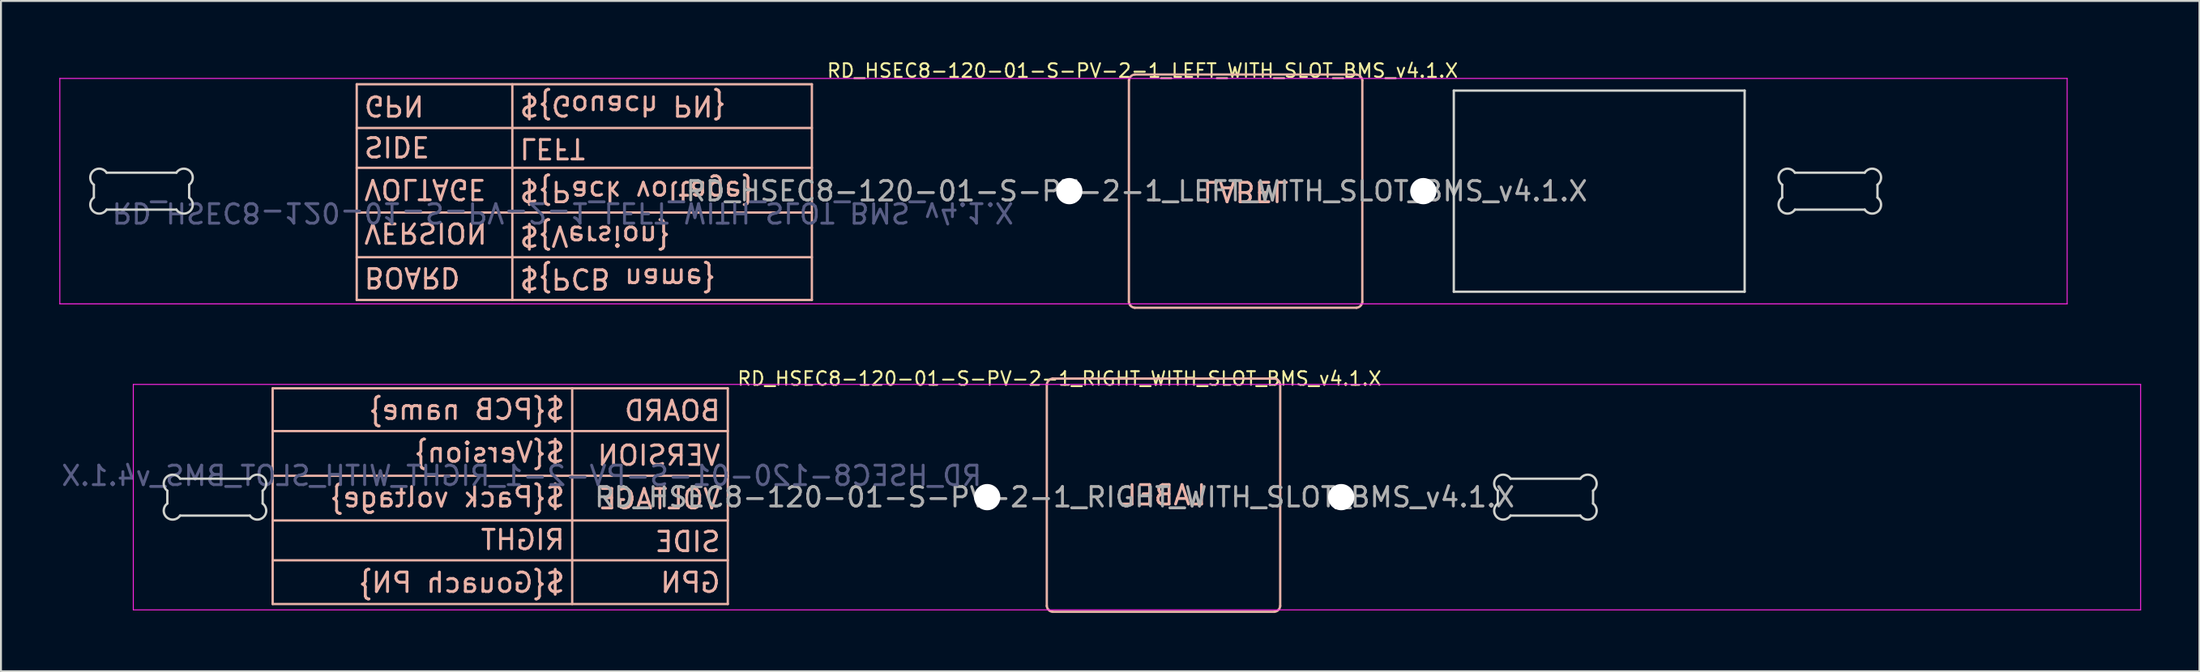
<source format=kicad_pcb>
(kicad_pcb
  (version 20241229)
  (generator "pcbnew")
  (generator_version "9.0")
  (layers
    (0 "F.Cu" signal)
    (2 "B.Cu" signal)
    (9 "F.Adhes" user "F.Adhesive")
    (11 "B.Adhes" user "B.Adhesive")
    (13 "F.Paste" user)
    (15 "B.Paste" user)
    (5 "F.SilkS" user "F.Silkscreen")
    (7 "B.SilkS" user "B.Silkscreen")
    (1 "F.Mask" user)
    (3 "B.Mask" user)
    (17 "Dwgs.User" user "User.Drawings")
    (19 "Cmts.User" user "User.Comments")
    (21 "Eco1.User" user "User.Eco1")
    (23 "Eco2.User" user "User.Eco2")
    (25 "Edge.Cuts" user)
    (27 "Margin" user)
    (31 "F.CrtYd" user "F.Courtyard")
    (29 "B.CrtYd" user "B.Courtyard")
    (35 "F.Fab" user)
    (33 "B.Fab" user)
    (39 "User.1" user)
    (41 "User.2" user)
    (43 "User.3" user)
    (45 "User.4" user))
  (footprint "RD_HSEC8-120-01-S-PV-2-1_LEFT_WITH_SLOT_BMS_v4.1.X"
    (layer "F.Cu")
    (at 55.39 6.785)
    (property "Reference" "RD_HSEC8-120-01-S-PV-2-1_LEFT_WITH_SLOT_BMS_v4.1.X" (at 0.3 -6.2 0) (layer "F.SilkS") (effects (font (size 0.7 0.7) (thickness 0.1))))
    (attr smd)
    (fp_line (start -40.1 -5.5) (end -40.1 5.6) (stroke (width 0.12) (type solid)) (layer "B.SilkS"))
    (fp_line (start -32.1 -5.5) (end -32.1 5.6) (stroke (width 0.12) (type solid)) (layer "B.SilkS"))
    (fp_line (start -16.7 -5.5) (end -40.1 -5.5) (stroke (width 0.12) (type solid)) (layer "B.SilkS"))
    (fp_line (start -16.7 -5.5) (end -16.7 5.6) (stroke (width 0.12) (type solid)) (layer "B.SilkS"))
    (fp_line (start -16.7 -3.25) (end -40.1 -3.25) (stroke (width 0.12) (type solid)) (layer "B.SilkS"))
    (fp_line (start -16.7 -1.2) (end -40.1 -1.2) (stroke (width 0.12) (type solid)) (layer "B.SilkS"))
    (fp_line (start -16.7 1.1) (end -40.1 1.1) (stroke (width 0.12) (type solid)) (layer "B.SilkS"))
    (fp_line (start -16.7 3.4) (end -40.1 3.4) (stroke (width 0.12) (type solid)) (layer "B.SilkS"))
    (fp_line (start -16.7 5.6) (end -40.1 5.6) (stroke (width 0.12) (type solid)) (layer "B.SilkS"))
    (fp_line (start -0.4 -5.7) (end -0.401 5.7) (stroke (width 0.12) (type solid)) (layer "B.SilkS"))
    (fp_line (start -0.1 -6) (end 11.3 -6) (stroke (width 0.12) (type solid)) (layer "B.SilkS"))
    (fp_line (start 11.299 6) (end -0.1 6) (stroke (width 0.12) (type solid)) (layer "B.SilkS"))
    (fp_line (start 11.599 5.7) (end 11.6 -5.7) (stroke (width 0.12) (type solid)) (layer "B.SilkS"))
    (fp_arc (start -0.4 -5.7) (mid -0.304587 -5.904587) (end -0.1 -6) (stroke (width 0.12) (type solid)) (layer "B.SilkS"))
    (fp_arc (start -0.1 6) (mid -0.305276 5.904839) (end -0.4014 5.7) (stroke (width 0.12) (type solid)) (layer "B.SilkS"))
    (fp_arc (start 11.3 -6) (mid 11.504587 -5.904587) (end 11.6 -5.7) (stroke (width 0.12) (type solid)) (layer "B.SilkS"))
    (fp_arc (start 11.5986 5.7) (mid 11.503187 5.904587) (end 11.2986 6) (stroke (width 0.12) (type solid)) (layer "B.SilkS"))
    (fp_line (start -53.615 -0.33) (end -53.615 0.33) (stroke (width 0.12) (type solid)) (layer "Edge.Cuts"))
    (fp_line (start -49.37 -0.95) (end -52.96 -0.95) (stroke (width 0.12) (type solid)) (layer "Edge.Cuts"))
    (fp_line (start -49.37 0.95) (end -52.96 0.95) (stroke (width 0.12) (type solid)) (layer "Edge.Cuts"))
    (fp_line (start -48.715 -0.33) (end -48.715 0.33) (stroke (width 0.12) (type solid)) (layer "Edge.Cuts"))
    (fp_line (start 16.303 -5.174) (end 16.303 5.174) (stroke (width 0.12) (type solid)) (layer "Edge.Cuts"))
    (fp_line (start 31.255 -5.174) (end 16.303 -5.174) (stroke (width 0.12) (type solid)) (layer "Edge.Cuts"))
    (fp_line (start 31.255 -5.174) (end 31.255 5.174) (stroke (width 0.12) (type solid)) (layer "Edge.Cuts"))
    (fp_line (start 31.255 5.174) (end 16.303 5.174) (stroke (width 0.12) (type solid)) (layer "Edge.Cuts"))
    (fp_line (start 33.185 -0.33) (end 33.185 0.33) (stroke (width 0.12) (type solid)) (layer "Edge.Cuts"))
    (fp_line (start 37.43 -0.95) (end 33.84 -0.95) (stroke (width 0.12) (type solid)) (layer "Edge.Cuts"))
    (fp_line (start 37.43 0.95) (end 33.84 0.95) (stroke (width 0.12) (type solid)) (layer "Edge.Cuts"))
    (fp_line (start 38.085 -0.33) (end 38.085 0.33) (stroke (width 0.12) (type solid)) (layer "Edge.Cuts"))
    (fp_arc (start -53.615 -0.330229) (mid -53.656936 -1.030521) (end -52.96 -0.950229) (stroke (width 0.12) (type solid)) (layer "Edge.Cuts"))
    (fp_arc (start -52.96 0.949771) (mid -53.656943 1.03007) (end -53.615 0.329771) (stroke (width 0.12) (type solid)) (layer "Edge.Cuts"))
    (fp_arc (start -49.37 -0.950229) (mid -48.673057 -1.030528) (end -48.715 -0.330229) (stroke (width 0.12) (type solid)) (layer "Edge.Cuts"))
    (fp_arc (start -48.715 0.329771) (mid -48.673057 1.03007) (end -49.37 0.949771) (stroke (width 0.12) (type solid)) (layer "Edge.Cuts"))
    (fp_arc (start 33.185 -0.33) (mid 33.143059 -1.030297) (end 33.84 -0.95) (stroke (width 0.12) (type solid)) (layer "Edge.Cuts"))
    (fp_arc (start 33.84 0.95) (mid 33.143057 1.030299) (end 33.185 0.33) (stroke (width 0.12) (type solid)) (layer "Edge.Cuts"))
    (fp_arc (start 37.43 -0.95) (mid 38.126938 -1.030292) (end 38.085 -0.33) (stroke (width 0.12) (type solid)) (layer "Edge.Cuts"))
    (fp_arc (start 38.085 0.33) (mid 38.126943 1.030299) (end 37.43 0.95) (stroke (width 0.12) (type solid)) (layer "Edge.Cuts"))
    (fp_line (start -55.365 -5.8) (end 47.835 -5.8) (stroke (width 0.05) (type solid)) (layer "F.CrtYd"))
    (fp_line (start -55.365 5.8) (end -55.365 -5.8) (stroke (width 0.05) (type solid)) (layer "F.CrtYd"))
    (fp_line (start 47.835 -5.8) (end 47.835 5.8) (stroke (width 0.05) (type solid)) (layer "F.CrtYd"))
    (fp_line (start 47.835 5.8) (end -55.365 5.8) (stroke (width 0.05) (type solid)) (layer "F.CrtYd"))
    (fp_text user "${PCB name}" (at -31.8 4.5 180) (unlocked yes) (layer "B.SilkS") (effects (font (size 1 1) (thickness 0.15)) (justify left mirror)))
    (fp_text user "${Version}" (at -31.8 2.3 180) (unlocked yes) (layer "B.SilkS") (effects (font (size 1 1) (thickness 0.15)) (justify left mirror)))
    (fp_text user "LEFT" (at -31.8 -2.2 180) (unlocked yes) (layer "B.SilkS") (effects (font (size 1 1) (thickness 0.15)) (justify left mirror)))
    (fp_text user "${Gouach PN}" (at -31.8 -4.4 180) (unlocked yes) (layer "B.SilkS") (effects (font (size 1 1) (thickness 0.15)) (justify left mirror)))
    (fp_text user "${Pack voltage}" (at -31.8 0 180) (unlocked yes) (layer "B.SilkS") (effects (font (size 1 1) (thickness 0.15)) (justify left mirror)))
    (fp_text user "GPN" (at -39.8 -4.4 180) (unlocked yes) (layer "B.SilkS") (effects (font (size 1 1) (thickness 0.15)) (justify left mirror)))
    (fp_text user "VOLTAGE" (at -39.8 -0.1 180) (unlocked yes) (layer "B.SilkS") (effects (font (size 1 1) (thickness 0.15)) (justify left mirror)))
    (fp_text user "LABEL" (at 5.599 0 180) (unlocked yes) (layer "B.SilkS") (effects (font (size 1 1) (thickness 0.15)) (justify mirror)))
    (fp_text user "VERSION" (at -39.8 2.14 180) (unlocked yes) (layer "B.SilkS") (effects (font (size 1 1) (thickness 0.15)) (justify left mirror)))
    (fp_text user "SIDE" (at -39.8 -2.3 180) (unlocked yes) (layer "B.SilkS") (effects (font (size 1 1) (thickness 0.15)) (justify left mirror)))
    (fp_text user "BOARD" (at -39.8 4.44 180) (unlocked yes) (layer "B.SilkS") (effects (font (size 1 1) (thickness 0.15)) (justify left mirror)))
    (fp_text user "${REFERENCE}" (at -29.5 1.1 180) (unlocked yes) (layer "B.Fab") (effects (font (size 1 1) (thickness 0.15)) (justify mirror)))
    (fp_text user "${REFERENCE}" (at 0 0 0) (layer "F.Fab") (effects (font (size 1 1) (thickness 0.15))))
    (fp_text user "FLASH CONNECTOR" (at 23.8 0 0) (unlocked yes) (layer "User.1") (effects (font (size 1 1) (thickness 0.15))))
    (pad "" np_thru_hole circle (at -3.465 0) (size 1.35 1.35) (drill 1.35) (layers "*.Cu" "*.Mask"))
    (pad "" np_thru_hole circle (at 14.735 0) (size 1.35 1.35) (drill 1.35) (layers "*.Cu" "*.Mask")))
  (footprint "RD_HSEC8-120-01-S-PV-2-1_RIGHT_WITH_SLOT_BMS_v4.1.X"
    (layer "F.Cu")
    (at 51.168 22.53)
    (property "Reference" "RD_HSEC8-120-01-S-PV-2-1_RIGHT_WITH_SLOT_BMS_v4.1.X" (at 0.25 -6.1 0) (layer "F.SilkS") (effects (font (size 0.7 0.7) (thickness 0.1))))
    (attr smd)
    (fp_line (start -40.2 -5.6) (end -16.8 -5.6) (stroke (width 0.12) (type solid)) (layer "B.SilkS"))
    (fp_line (start -40.2 -3.4) (end -16.8 -3.4) (stroke (width 0.12) (type solid)) (layer "B.SilkS"))
    (fp_line (start -40.2 -1.1) (end -16.8 -1.1) (stroke (width 0.12) (type solid)) (layer "B.SilkS"))
    (fp_line (start -40.2 1.2) (end -16.8 1.2) (stroke (width 0.12) (type solid)) (layer "B.SilkS"))
    (fp_line (start -40.2 3.25) (end -16.8 3.25) (stroke (width 0.12) (type solid)) (layer "B.SilkS"))
    (fp_line (start -40.2 5.5) (end -40.2 -5.6) (stroke (width 0.12) (type solid)) (layer "B.SilkS"))
    (fp_line (start -40.2 5.5) (end -16.8 5.5) (stroke (width 0.12) (type solid)) (layer "B.SilkS"))
    (fp_line (start -24.8 5.5) (end -24.8 -5.6) (stroke (width 0.12) (type solid)) (layer "B.SilkS"))
    (fp_line (start -16.8 5.5) (end -16.8 -5.6) (stroke (width 0.12) (type solid)) (layer "B.SilkS"))
    (fp_line (start -0.399 -5.8) (end -0.4 5.6) (stroke (width 0.12) (type solid)) (layer "B.SilkS"))
    (fp_line (start -0.099 -6.1) (end 11.3 -6.1) (stroke (width 0.12) (type solid)) (layer "B.SilkS"))
    (fp_line (start 11.3 5.9) (end -0.1 5.9) (stroke (width 0.12) (type solid)) (layer "B.SilkS"))
    (fp_line (start 11.6 5.6) (end 11.601 -5.8) (stroke (width 0.12) (type solid)) (layer "B.SilkS"))
    (fp_arc (start -0.3986 -5.8) (mid -0.303187 -6.004587) (end -0.0986 -6.1) (stroke (width 0.12) (type solid)) (layer "B.SilkS"))
    (fp_arc (start -0.1 5.9) (mid -0.304587 5.804587) (end -0.4 5.6) (stroke (width 0.12) (type solid)) (layer "B.SilkS"))
    (fp_arc (start 11.3 -6.1) (mid 11.50528 -6.004835) (end 11.6014 -5.8) (stroke (width 0.12) (type solid)) (layer "B.SilkS"))
    (fp_arc (start 11.6 5.6) (mid 11.504587 5.804587) (end 11.3 5.9) (stroke (width 0.12) (type solid)) (layer "B.SilkS"))
    (fp_line (start -45.615 -0.33) (end -45.615 0.33) (stroke (width 0.12) (type solid)) (layer "Edge.Cuts"))
    (fp_line (start -41.37 -0.95) (end -44.96 -0.95) (stroke (width 0.12) (type solid)) (layer "Edge.Cuts"))
    (fp_line (start -41.37 0.95) (end -44.96 0.95) (stroke (width 0.12) (type solid)) (layer "Edge.Cuts"))
    (fp_line (start -40.715 -0.33) (end -40.715 0.33) (stroke (width 0.12) (type solid)) (layer "Edge.Cuts"))
    (fp_line (start 22.785 -0.33) (end 22.785 0.33) (stroke (width 0.12) (type solid)) (layer "Edge.Cuts"))
    (fp_line (start 27.03 -0.95) (end 23.44 -0.95) (stroke (width 0.12) (type solid)) (layer "Edge.Cuts"))
    (fp_line (start 27.03 0.95) (end 23.44 0.95) (stroke (width 0.12) (type solid)) (layer "Edge.Cuts"))
    (fp_line (start 27.685 -0.33) (end 27.685 0.33) (stroke (width 0.12) (type solid)) (layer "Edge.Cuts"))
    (fp_arc (start -45.615 -0.330229) (mid -45.656943 -1.030528) (end -44.96 -0.950229) (stroke (width 0.12) (type solid)) (layer "Edge.Cuts"))
    (fp_arc (start -44.96 0.949771) (mid -45.656943 1.03007) (end -45.615 0.329771) (stroke (width 0.12) (type solid)) (layer "Edge.Cuts"))
    (fp_arc (start -41.37 -0.950229) (mid -40.673057 -1.030528) (end -40.715 -0.330229) (stroke (width 0.12) (type solid)) (layer "Edge.Cuts"))
    (fp_arc (start -40.715 0.329771) (mid -40.673057 1.03007) (end -41.37 0.949771) (stroke (width 0.12) (type solid)) (layer "Edge.Cuts"))
    (fp_arc (start 22.785 -0.330229) (mid 22.743057 -1.030528) (end 23.44 -0.950229) (stroke (width 0.12) (type solid)) (layer "Edge.Cuts"))
    (fp_arc (start 23.44 0.949771) (mid 22.743057 1.03007) (end 22.785 0.329771) (stroke (width 0.12) (type solid)) (layer "Edge.Cuts"))
    (fp_arc (start 27.03 -0.950229) (mid 27.726943 -1.030528) (end 27.685 -0.330229) (stroke (width 0.12) (type solid)) (layer "Edge.Cuts"))
    (fp_arc (start 27.685 0.329771) (mid 27.726943 1.03007) (end 27.03 0.949771) (stroke (width 0.12) (type solid)) (layer "Edge.Cuts"))
    (fp_line (start -47.365 -5.8) (end 55.835 -5.8) (stroke (width 0.05) (type solid)) (layer "F.CrtYd"))
    (fp_line (start -47.365 5.8) (end -47.365 -5.8) (stroke (width 0.05) (type solid)) (layer "F.CrtYd"))
    (fp_line (start 55.835 -5.8) (end 55.835 5.8) (stroke (width 0.05) (type solid)) (layer "F.CrtYd"))
    (fp_line (start 55.835 5.8) (end -47.365 5.8) (stroke (width 0.05) (type solid)) (layer "F.CrtYd"))
    (fp_text user "GPN" (at -17.1 4.4 0) (unlocked yes) (layer "B.SilkS") (effects (font (size 1 1) (thickness 0.15)) (justify left mirror)))
    (fp_text user "BOARD" (at -17.1 -4.44 0) (unlocked yes) (layer "B.SilkS") (effects (font (size 1 1) (thickness 0.15)) (justify left mirror)))
    (fp_text user "SIDE" (at -17.1 2.3 0) (unlocked yes) (layer "B.SilkS") (effects (font (size 1 1) (thickness 0.15)) (justify left mirror)))
    (fp_text user "VERSION" (at -17.1 -2.14 0) (unlocked yes) (layer "B.SilkS") (effects (font (size 1 1) (thickness 0.15)) (justify left mirror)))
    (fp_text user "${Version}" (at -25.1 -2.3 0) (unlocked yes) (layer "B.SilkS") (effects (font (size 1 1) (thickness 0.15)) (justify left mirror)))
    (fp_text user "${Pack voltage}" (at -25.1 0 0) (unlocked yes) (layer "B.SilkS") (effects (font (size 1 1) (thickness 0.15)) (justify left mirror)))
    (fp_text user "LABEL" (at 5.601 -0.1 0) (unlocked yes) (layer "B.SilkS") (effects (font (size 1 1) (thickness 0.15)) (justify mirror)))
    (fp_text user "${Gouach PN}" (at -25.1 4.4 0) (unlocked yes) (layer "B.SilkS") (effects (font (size 1 1) (thickness 0.15)) (justify left mirror)))
    (fp_text user "RIGHT" (at -25.1 2.2 0) (unlocked yes) (layer "B.SilkS") (effects (font (size 1 1) (thickness 0.15)) (justify left mirror)))
    (fp_text user "VOLTAGE" (at -17.1 0.1 0) (unlocked yes) (layer "B.SilkS") (effects (font (size 1 1) (thickness 0.15)) (justify left mirror)))
    (fp_text user "${PCB name}" (at -25.1 -4.5 0) (unlocked yes) (layer "B.SilkS") (effects (font (size 1 1) (thickness 0.15)) (justify left mirror)))
    (fp_text user "${REFERENCE}" (at -27.4 -1.1 0) (unlocked yes) (layer "B.Fab") (effects (font (size 1 1) (thickness 0.15)) (justify mirror)))
    (fp_text user "${REFERENCE}" (at 0 0 0) (layer "F.Fab") (effects (font (size 1 1) (thickness 0.15))))
    (pad "" np_thru_hole circle (at -3.465 0) (size 1.35 1.35) (drill 1.35) (layers "*.Cu" "*.Mask"))
    (pad "" np_thru_hole circle (at 14.735 0) (size 1.35 1.35) (drill 1.35) (layers "*.Cu" "*.Mask")))
  (gr_rect
    (start -3 -3)
    (end 110.028 31.49)
    (stroke (width 0.1) (type default))
    (fill no)
    (layer "Edge.Cuts")))
</source>
